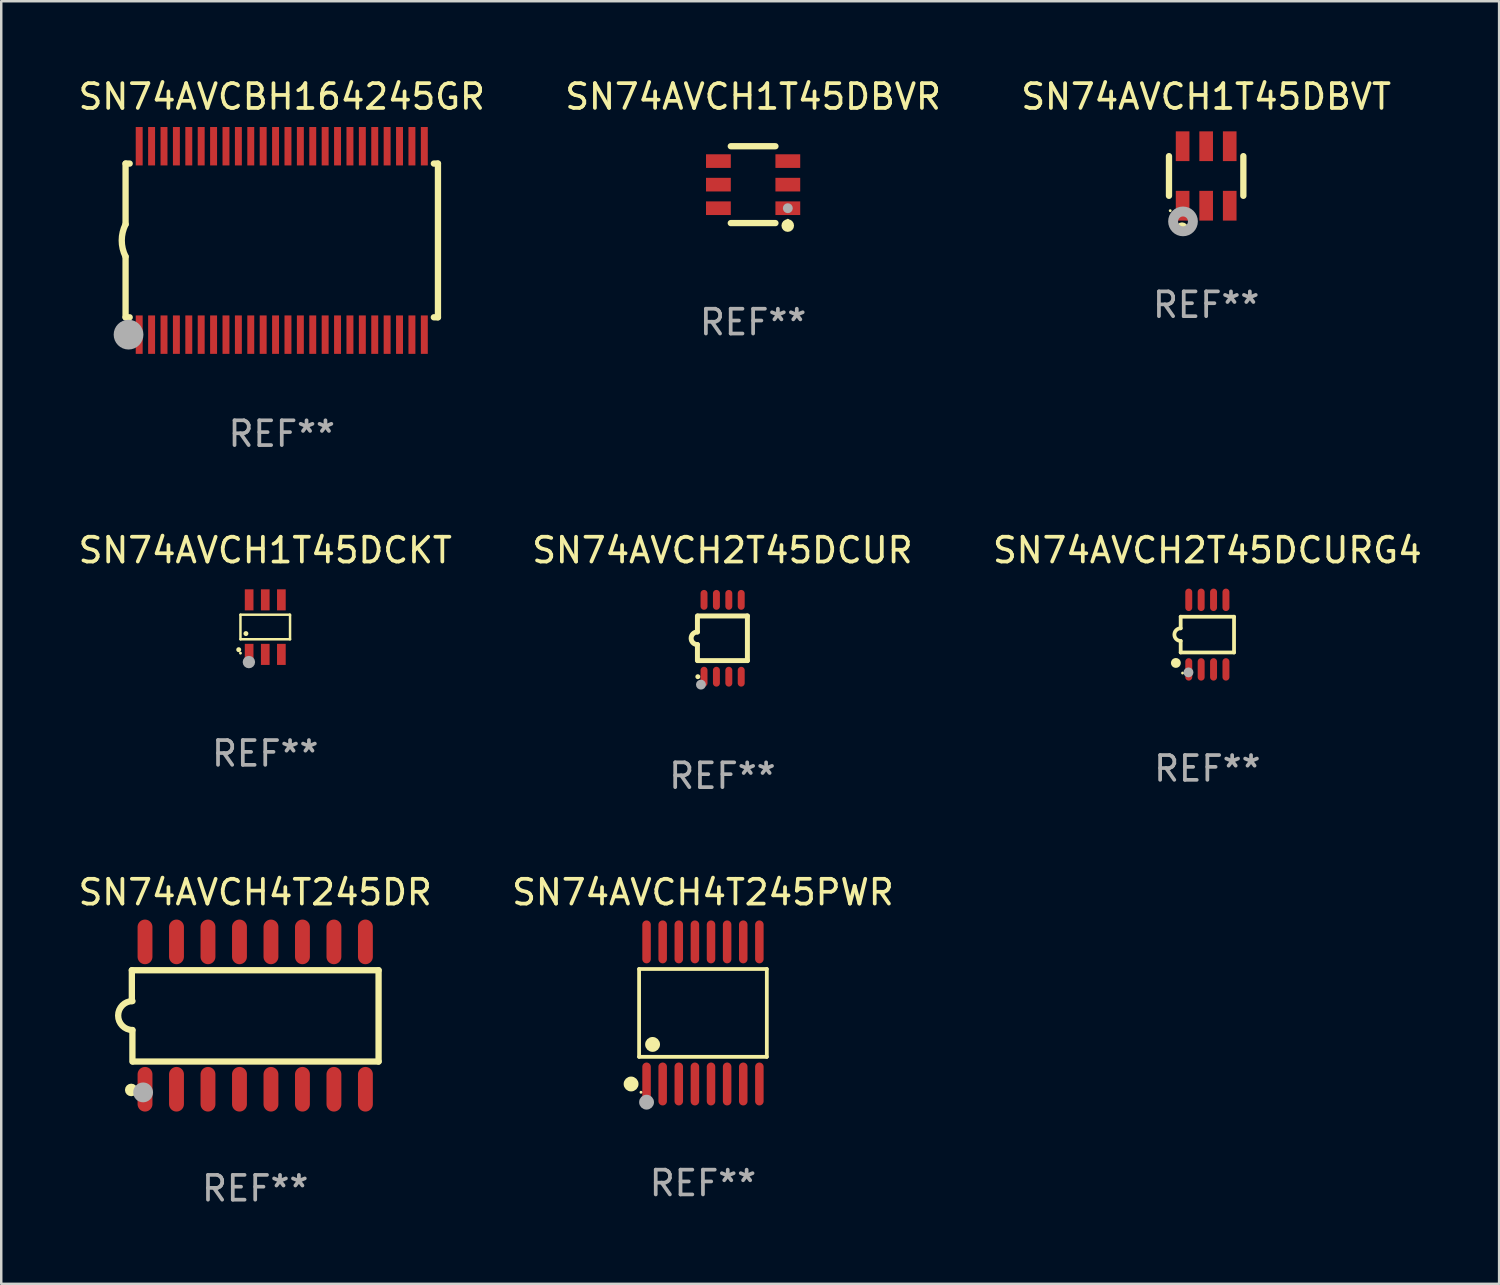
<source format=kicad_pcb>
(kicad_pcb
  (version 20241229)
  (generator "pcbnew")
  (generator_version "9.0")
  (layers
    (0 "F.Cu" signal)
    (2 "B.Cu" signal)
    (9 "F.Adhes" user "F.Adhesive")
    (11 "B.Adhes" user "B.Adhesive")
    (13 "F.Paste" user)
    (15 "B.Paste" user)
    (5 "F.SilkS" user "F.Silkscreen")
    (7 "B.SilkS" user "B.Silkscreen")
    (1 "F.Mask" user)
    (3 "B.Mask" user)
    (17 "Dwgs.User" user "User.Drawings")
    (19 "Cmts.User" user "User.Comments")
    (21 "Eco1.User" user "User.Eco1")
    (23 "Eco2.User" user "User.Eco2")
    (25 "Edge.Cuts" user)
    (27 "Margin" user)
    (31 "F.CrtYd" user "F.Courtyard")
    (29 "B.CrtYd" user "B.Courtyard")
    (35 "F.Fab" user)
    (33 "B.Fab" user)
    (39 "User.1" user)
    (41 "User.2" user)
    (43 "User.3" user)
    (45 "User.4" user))
  (footprint "SN74AVCH1T45DCKT"
    (layer "F.Cu")
    (at 7.649 22.245)
    (property "Reference" "SN74AVCH1T45DCKT" (at 0 -3.1 0) (layer "F.SilkS") (effects (font (size 1 1) (thickness 0.15))))
    (attr through_hole)
    (fp_line (start -1 -0.5) (end -1 0.49) (stroke (width 0.1) (type solid)) (layer "F.SilkS"))
    (fp_line (start -1 0.49) (end 1 0.49) (stroke (width 0.1) (type solid)) (layer "F.SilkS"))
    (fp_line (start 0.99 -0.5) (end -1 -0.5) (stroke (width 0.1) (type solid)) (layer "F.SilkS"))
    (fp_line (start 1 -0.49) (end 0.99 -0.5) (stroke (width 0.1) (type solid)) (layer "F.SilkS"))
    (fp_line (start 1 0.49) (end 1 -0.49) (stroke (width 0.1) (type solid)) (layer "F.SilkS"))
    (fp_circle (center -1.07 0.91) (end -1.02 0.91) (stroke (width 0.1) (type solid)) (fill no) (layer "F.SilkS"))
    (fp_circle (center -1 1.05) (end -0.97 1.05) (stroke (width 0.06) (type solid)) (fill no) (layer "F.SilkS"))
    (fp_circle (center -0.78 0.26) (end -0.73 0.26) (stroke (width 0.1) (type solid)) (fill no) (layer "F.SilkS"))
    (fp_circle (center -0.66 1.41) (end -0.535 1.41) (stroke (width 0.25) (type solid)) (fill no) (layer "F.Fab"))
    (fp_text user "REF**" (at 0 5.1 0) (layer "F.Fab") (effects (font (size 1 1) (thickness 0.15))))
    (pad "1" smd rect (at -0.65 1.1) (size 0.35 0.85) (layers "F.Cu" "F.Mask" "F.Paste"))
    (pad "2" smd rect (at 0 1.1) (size 0.35 0.85) (layers "F.Cu" "F.Mask" "F.Paste"))
    (pad "3" smd rect (at 0.65 1.1) (size 0.35 0.85) (layers "F.Cu" "F.Mask" "F.Paste"))
    (pad "4" smd rect (at 0.65 -1.1) (size 0.35 0.85) (layers "F.Cu" "F.Mask" "F.Paste"))
    (pad "5" smd rect (at 0 -1.1) (size 0.35 0.85) (layers "F.Cu" "F.Mask" "F.Paste"))
    (pad "6" smd rect (at -0.65 -1.1) (size 0.35 0.85) (layers "F.Cu" "F.Mask" "F.Paste")))
  (footprint "SN74AVCH4T245PWR"
    (layer "F.Cu")
    (at 25.304 37.807)
    (property "Reference" "SN74AVCH4T245PWR" (at 0 -4.866 0) (layer "F.SilkS") (effects (font (size 1 1) (thickness 0.15))))
    (attr through_hole)
    (fp_line (start -2.576 -1.772) (end 2.576 -1.772) (stroke (width 0.152) (type solid)) (layer "F.SilkS"))
    (fp_line (start -2.576 1.771) (end -2.576 -1.772) (stroke (width 0.152) (type solid)) (layer "F.SilkS"))
    (fp_line (start 2.576 -1.772) (end 2.576 1.771) (stroke (width 0.152) (type solid)) (layer "F.SilkS"))
    (fp_line (start 2.576 1.771) (end -2.576 1.771) (stroke (width 0.152) (type solid)) (layer "F.SilkS"))
    (fp_circle (center -2.899 2.866) (end -2.749 2.866) (stroke (width 0.3) (type solid)) (fill no) (layer "F.SilkS"))
    (fp_circle (center -2.5 3.2) (end -2.47 3.2) (stroke (width 0.06) (type solid)) (fill no) (layer "F.SilkS"))
    (fp_circle (center -2.032 1.27) (end -1.882 1.27) (stroke (width 0.3) (type solid)) (fill no) (layer "F.SilkS"))
    (fp_circle (center -2.275 3.6) (end -2.125 3.6) (stroke (width 0.3) (type solid)) (fill no) (layer "F.Fab"))
    (fp_text user "REF**" (at 0 6.866 0) (layer "F.Fab") (effects (font (size 1 1) (thickness 0.15))))
    (pad "1" smd oval (at -2.275 2.866) (size 0.343 1.731) (layers "F.Cu" "F.Mask" "F.Paste"))
    (pad "2" smd oval (at -1.625 2.866) (size 0.343 1.731) (layers "F.Cu" "F.Mask" "F.Paste"))
    (pad "3" smd oval (at -0.975 2.866) (size 0.343 1.731) (layers "F.Cu" "F.Mask" "F.Paste"))
    (pad "4" smd oval (at -0.325 2.866) (size 0.343 1.731) (layers "F.Cu" "F.Mask" "F.Paste"))
    (pad "5" smd oval (at 0.325 2.866) (size 0.343 1.731) (layers "F.Cu" "F.Mask" "F.Paste"))
    (pad "6" smd oval (at 0.975 2.866) (size 0.343 1.731) (layers "F.Cu" "F.Mask" "F.Paste"))
    (pad "7" smd oval (at 1.625 2.866) (size 0.343 1.731) (layers "F.Cu" "F.Mask" "F.Paste"))
    (pad "8" smd oval (at 2.275 2.866) (size 0.343 1.731) (layers "F.Cu" "F.Mask" "F.Paste"))
    (pad "9" smd oval (at 2.275 -2.866) (size 0.343 1.731) (layers "F.Cu" "F.Mask" "F.Paste"))
    (pad "10" smd oval (at 1.625 -2.866) (size 0.343 1.731) (layers "F.Cu" "F.Mask" "F.Paste"))
    (pad "11" smd oval (at 0.975 -2.866) (size 0.343 1.731) (layers "F.Cu" "F.Mask" "F.Paste"))
    (pad "12" smd oval (at 0.325 -2.866) (size 0.343 1.731) (layers "F.Cu" "F.Mask" "F.Paste"))
    (pad "13" smd oval (at -0.325 -2.866) (size 0.343 1.731) (layers "F.Cu" "F.Mask" "F.Paste"))
    (pad "14" smd oval (at -0.975 -2.866) (size 0.343 1.731) (layers "F.Cu" "F.Mask" "F.Paste"))
    (pad "15" smd oval (at -1.625 -2.866) (size 0.343 1.731) (layers "F.Cu" "F.Mask" "F.Paste"))
    (pad "16" smd oval (at -2.275 -2.866) (size 0.343 1.731) (layers "F.Cu" "F.Mask" "F.Paste")))
  (footprint "SN74AVCH1T45DBVR"
    (layer "F.Cu")
    (at 27.327 4.398)
    (property "Reference" "SN74AVCH1T45DBVR" (at 0 -3.55 0) (layer "F.SilkS") (effects (font (size 1 1) (thickness 0.15))))
    (attr through_hole)
    (fp_line (start -0.9 -1.55) (end 0.9 -1.55) (stroke (width 0.254) (type solid)) (layer "F.SilkS"))
    (fp_line (start -0.9 1.55) (end 0.9 1.55) (stroke (width 0.254) (type solid)) (layer "F.SilkS"))
    (fp_circle (center 1.397 1.651) (end 1.524 1.651) (stroke (width 0.254) (type solid)) (fill no) (layer "F.SilkS"))
    (fp_circle (center 1.4 1.435) (end 1.43 1.435) (stroke (width 0.06) (type solid)) (fill no) (layer "F.SilkS"))
    (fp_circle (center 1.4 0.95) (end 1.5 0.95) (stroke (width 0.2) (type solid)) (fill no) (layer "F.Fab"))
    (fp_text user "REF**" (at 0 5.55 0) (layer "F.Fab") (effects (font (size 1 1) (thickness 0.15))))
    (pad "1" smd rect (at 1.4 0.95) (size 1 0.55) (layers "F.Cu" "F.Mask" "F.Paste"))
    (pad "2" smd rect (at 1.4 -0.000102) (size 1 0.55) (layers "F.Cu" "F.Mask" "F.Paste"))
    (pad "3" smd rect (at 1.4 -0.95) (size 1 0.55) (layers "F.Cu" "F.Mask" "F.Paste"))
    (pad "4" smd rect (at -1.4 -0.95) (size 1 0.55) (layers "F.Cu" "F.Mask" "F.Paste"))
    (pad "5" smd rect (at -1.4 -0.000102) (size 1 0.55) (layers "F.Cu" "F.Mask" "F.Paste"))
    (pad "6" smd rect (at -1.4 0.95) (size 1 0.55) (layers "F.Cu" "F.Mask" "F.Paste")))
  (footprint "SN74AVCH2T45DCURG4"
    (layer "F.Cu")
    (at 45.649 22.547)
    (property "Reference" "SN74AVCH2T45DCURG4" (at 0 -3.403 0) (layer "F.SilkS") (effects (font (size 1 1) (thickness 0.15))))
    (attr through_hole)
    (fp_line (start -1.076 -0.721) (end 1.076 -0.721) (stroke (width 0.152) (type solid)) (layer "F.SilkS"))
    (fp_line (start -1.076 -0.254) (end -1.076 -0.721) (stroke (width 0.152) (type solid)) (layer "F.SilkS"))
    (fp_line (start -1.076 0.254) (end -1.076 0.721) (stroke (width 0.152) (type solid)) (layer "F.SilkS"))
    (fp_line (start 1.076 -0.721) (end 1.076 0.721) (stroke (width 0.152) (type solid)) (layer "F.SilkS"))
    (fp_line (start 1.076 0.721) (end -1.076 0.721) (stroke (width 0.152) (type solid)) (layer "F.SilkS"))
    (fp_arc (start -1.076226 0.254051) (mid -1.330226 0.000051) (end -1.076226 -0.253949) (stroke (width 0.151994) (type solid)) (layer "F.SilkS"))
    (fp_circle (center -1.27 1.143) (end -1.17 1.143) (stroke (width 0.2) (type solid)) (fill no) (layer "F.SilkS"))
    (fp_circle (center -1 1.55) (end -0.97 1.55) (stroke (width 0.06) (type solid)) (fill no) (layer "F.SilkS"))
    (fp_circle (center -0.762 1.524) (end -0.662 1.524) (stroke (width 0.2) (type solid)) (fill no) (layer "F.Fab"))
    (fp_text user "REF**" (at 0 5.403 0) (layer "F.Fab") (effects (font (size 1 1) (thickness 0.15))))
    (pad "1" smd oval (at -0.75 1.403) (size 0.28 0.905) (layers "F.Cu" "F.Mask" "F.Paste"))
    (pad "2" smd oval (at -0.25 1.403) (size 0.28 0.905) (layers "F.Cu" "F.Mask" "F.Paste"))
    (pad "3" smd oval (at 0.25 1.403) (size 0.28 0.905) (layers "F.Cu" "F.Mask" "F.Paste"))
    (pad "4" smd oval (at 0.75 1.403) (size 0.28 0.905) (layers "F.Cu" "F.Mask" "F.Paste"))
    (pad "5" smd oval (at 0.75 -1.403) (size 0.28 0.905) (layers "F.Cu" "F.Mask" "F.Paste"))
    (pad "6" smd oval (at 0.25 -1.403) (size 0.28 0.905) (layers "F.Cu" "F.Mask" "F.Paste"))
    (pad "7" smd oval (at -0.25 -1.403) (size 0.28 0.905) (layers "F.Cu" "F.Mask" "F.Paste"))
    (pad "8" smd oval (at -0.75 -1.403) (size 0.28 0.905) (layers "F.Cu" "F.Mask" "F.Paste")))
  (footprint "SN74AVCH4T245DR"
    (layer "F.Cu")
    (at 7.244 37.913)
    (property "Reference" "SN74AVCH4T245DR" (at 0 -4.972 0) (layer "F.SilkS") (effects (font (size 1 1) (thickness 0.15))))
    (attr through_hole)
    (fp_line (start -4.976 -1.829) (end -4.976 -0.584) (stroke (width 0.254) (type solid)) (layer "F.SilkS"))
    (fp_line (start -4.953 0.584) (end -4.953 1.854) (stroke (width 0.254) (type solid)) (layer "F.SilkS"))
    (fp_line (start -4.928 1.854) (end 4.976 1.854) (stroke (width 0.254) (type solid)) (layer "F.SilkS"))
    (fp_line (start 4.976 -1.829) (end -4.976 -1.829) (stroke (width 0.254) (type solid)) (layer "F.SilkS"))
    (fp_line (start 4.976 1.854) (end 4.976 -1.829) (stroke (width 0.254) (type solid)) (layer "F.SilkS"))
    (fp_arc (start -4.95301 0.584201) (mid -5.533866 -0.00152) (end -4.950088 -0.584329) (stroke (width 0.254001) (type solid)) (layer "F.SilkS"))
    (fp_circle (center -5 3) (end -4.873 3) (stroke (width 0.254) (type solid)) (fill no) (layer "F.SilkS"))
    (fp_circle (center -4.521 3.099) (end -4.321 3.099) (stroke (width 0.4) (type solid)) (fill no) (layer "F.Fab"))
    (fp_text user "REF**" (at 0 6.972 0) (layer "F.Fab") (effects (font (size 1 1) (thickness 0.15))))
    (pad "1" smd oval (at -4.445 2.972 180) (size 0.6 1.8) (layers "F.Cu" "F.Mask" "F.Paste"))
    (pad "2" smd oval (at -3.175 2.972 180) (size 0.6 1.8) (layers "F.Cu" "F.Mask" "F.Paste"))
    (pad "3" smd oval (at -1.905 2.972 180) (size 0.6 1.8) (layers "F.Cu" "F.Mask" "F.Paste"))
    (pad "4" smd oval (at -0.635 2.972 180) (size 0.6 1.8) (layers "F.Cu" "F.Mask" "F.Paste"))
    (pad "5" smd oval (at 0.635 2.972 180) (size 0.6 1.8) (layers "F.Cu" "F.Mask" "F.Paste"))
    (pad "6" smd oval (at 1.905 2.972 180) (size 0.6 1.8) (layers "F.Cu" "F.Mask" "F.Paste"))
    (pad "7" smd oval (at 3.175 2.972 180) (size 0.6 1.8) (layers "F.Cu" "F.Mask" "F.Paste"))
    (pad "8" smd oval (at 4.445 2.972 180) (size 0.6 1.8) (layers "F.Cu" "F.Mask" "F.Paste"))
    (pad "9" smd oval (at 4.445 -2.972 180) (size 0.6 1.8) (layers "F.Cu" "F.Mask" "F.Paste"))
    (pad "10" smd oval (at 3.175 -2.972 180) (size 0.6 1.8) (layers "F.Cu" "F.Mask" "F.Paste"))
    (pad "11" smd oval (at 1.905 -2.972 180) (size 0.6 1.8) (layers "F.Cu" "F.Mask" "F.Paste"))
    (pad "12" smd oval (at 0.635 -2.972 180) (size 0.6 1.8) (layers "F.Cu" "F.Mask" "F.Paste"))
    (pad "13" smd oval (at -0.635 -2.972 180) (size 0.6 1.8) (layers "F.Cu" "F.Mask" "F.Paste"))
    (pad "14" smd oval (at -1.905 -2.972 180) (size 0.6 1.8) (layers "F.Cu" "F.Mask" "F.Paste"))
    (pad "15" smd oval (at -3.175 -2.972 180) (size 0.6 1.8) (layers "F.Cu" "F.Mask" "F.Paste"))
    (pad "16" smd oval (at -4.445 -2.972 180) (size 0.6 1.8) (layers "F.Cu" "F.Mask" "F.Paste")))
  (footprint "SN74AVCH1T45DBVT"
    (layer "F.Cu")
    (at 45.601 4.048)
    (property "Reference" "SN74AVCH1T45DBVT" (at 0 -3.2 0) (layer "F.SilkS") (effects (font (size 1 1) (thickness 0.15))))
    (attr through_hole)
    (fp_line (start -1.5 0.8) (end -1.5 -0.8) (stroke (width 0.254) (type solid)) (layer "F.SilkS"))
    (fp_line (start 1.5 -0.8) (end 1.5 0.8) (stroke (width 0.254) (type solid)) (layer "F.SilkS"))
    (fp_circle (center -1.45 1.4) (end -1.42 1.4) (stroke (width 0.06) (type solid)) (fill no) (layer "F.SilkS"))
    (fp_circle (center -0.975 2.125) (end -0.848 2.125) (stroke (width 0.254) (type solid)) (fill no) (layer "F.SilkS"))
    (fp_circle (center -0.934 1.832) (end -0.735 1.832) (stroke (width 0.4) (type solid)) (fill no) (layer "F.Fab"))
    (fp_text user "REF**" (at 0 5.2 0) (layer "F.Fab") (effects (font (size 1 1) (thickness 0.15))))
    (pad "1" smd rect (at -0.95 1.2) (size 0.55 1.2) (layers "F.Cu" "F.Mask" "F.Paste"))
    (pad "2" smd rect (at 0 1.2) (size 0.55 1.2) (layers "F.Cu" "F.Mask" "F.Paste"))
    (pad "3" smd rect (at 0.95 1.2) (size 0.55 1.2) (layers "F.Cu" "F.Mask" "F.Paste"))
    (pad "4" smd rect (at 0.95 -1.2) (size 0.55 1.2) (layers "F.Cu" "F.Mask" "F.Paste"))
    (pad "5" smd rect (at 0 -1.2) (size 0.55 1.2) (layers "F.Cu" "F.Mask" "F.Paste"))
    (pad "6" smd rect (at -0.95 -1.2) (size 0.55 1.2) (layers "F.Cu" "F.Mask" "F.Paste")))
  (footprint "SN74AVCH2T45DCUR"
    (layer "F.Cu")
    (at 26.089 22.695)
    (property "Reference" "SN74AVCH2T45DCUR" (at 0 -3.55 0) (layer "F.SilkS") (effects (font (size 1 1) (thickness 0.15))))
    (attr through_hole)
    (fp_line (start -1.008 -0.254) (end -1.008 -0.9) (stroke (width 0.2) (type solid)) (layer "F.SilkS"))
    (fp_line (start -1.008 0.254) (end -1.008 0.9) (stroke (width 0.2) (type solid)) (layer "F.SilkS"))
    (fp_line (start -0.992 0.9) (end 1.008 0.9) (stroke (width 0.2) (type solid)) (layer "F.SilkS"))
    (fp_line (start 1.008 -0.9) (end -0.992 -0.9) (stroke (width 0.2) (type solid)) (layer "F.SilkS"))
    (fp_line (start 1.008 0.9) (end 1.008 -0.9) (stroke (width 0.2) (type solid)) (layer "F.SilkS"))
    (fp_arc (start -1.008001 0.254001) (mid -1.262002 0) (end -1.008001 -0.254001) (stroke (width 0.2) (type solid)) (layer "F.SilkS"))
    (fp_circle (center -0.992 1.55) (end -0.942 1.55) (stroke (width 0.1) (type solid)) (fill no) (layer "F.SilkS"))
    (fp_circle (center -0.866 1.87) (end -0.766 1.87) (stroke (width 0.2) (type solid)) (fill no) (layer "F.Fab"))
    (fp_text user "REF**" (at 0 5.55 0) (layer "F.Fab") (effects (font (size 1 1) (thickness 0.15))))
    (pad "1" smd oval (at -0.742 1.55 270) (size 0.8 0.28) (layers "F.Cu" "F.Mask" "F.Paste"))
    (pad "2" smd oval (at -0.242 1.55 270) (size 0.8 0.28) (layers "F.Cu" "F.Mask" "F.Paste"))
    (pad "3" smd oval (at 0.258 1.55 270) (size 0.8 0.28) (layers "F.Cu" "F.Mask" "F.Paste"))
    (pad "4" smd oval (at 0.758 1.55 270) (size 0.8 0.28) (layers "F.Cu" "F.Mask" "F.Paste"))
    (pad "5" smd oval (at 0.758 -1.55 270) (size 0.8 0.28) (layers "F.Cu" "F.Mask" "F.Paste"))
    (pad "6" smd oval (at 0.258 -1.55 270) (size 0.8 0.28) (layers "F.Cu" "F.Mask" "F.Paste"))
    (pad "7" smd oval (at -0.242 -1.55 270) (size 0.8 0.28) (layers "F.Cu" "F.Mask" "F.Paste"))
    (pad "8" smd oval (at -0.742 -1.55 270) (size 0.8 0.28) (layers "F.Cu" "F.Mask" "F.Paste")))
  (footprint "SN74AVCBH164245GR"
    (layer "F.Cu")
    (at 8.315 6.648)
    (property "Reference" "SN74AVCBH164245GR" (at 0 -5.8 0) (layer "F.SilkS") (effects (font (size 1 1) (thickness 0.15))))
    (attr through_hole)
    (fp_line (start -6.3 -3.1) (end -6.3 -0.65) (stroke (width 0.254) (type solid)) (layer "F.SilkS"))
    (fp_line (start -6.3 -3.1) (end -6.134 -3.1) (stroke (width 0.254) (type solid)) (layer "F.SilkS"))
    (fp_line (start -6.3 3.1) (end -6.3 0.65) (stroke (width 0.254) (type solid)) (layer "F.SilkS"))
    (fp_line (start -6.3 3.1) (end -6.134 3.1) (stroke (width 0.254) (type solid)) (layer "F.SilkS"))
    (fp_line (start 6.134 -3.1) (end 6.3 -3.1) (stroke (width 0.254) (type solid)) (layer "F.SilkS"))
    (fp_line (start 6.134 3.1) (end 6.3 3.1) (stroke (width 0.254) (type solid)) (layer "F.SilkS"))
    (fp_line (start 6.3 -3.1) (end 6.3 3.1) (stroke (width 0.254) (type solid)) (layer "F.SilkS"))
    (fp_arc (start -6.301016 0.650114) (mid -6.45413 -0.000082) (end -6.3 -0.650038) (stroke (width 0.254001) (type solid)) (layer "F.SilkS"))
    (fp_circle (center -6.35 3.81) (end -6.223 3.81) (stroke (width 0.254) (type solid)) (fill no) (layer "F.SilkS"))
    (fp_circle (center -6.25 4.05) (end -6.22 4.05) (stroke (width 0.06) (type solid)) (fill no) (layer "F.SilkS"))
    (fp_circle (center -6.18 3.8) (end -5.88 3.8) (stroke (width 0.6) (type solid)) (fill no) (layer "F.Fab"))
    (fp_text user "REF**" (at 0 7.8 0) (layer "F.Fab") (effects (font (size 1 1) (thickness 0.15))))
    (pad "1" smd rect (at -5.75 3.8) (size 0.28 1.55) (layers "F.Cu" "F.Mask" "F.Paste"))
    (pad "2" smd rect (at -5.25 3.8) (size 0.28 1.55) (layers "F.Cu" "F.Mask" "F.Paste"))
    (pad "3" smd rect (at -4.75 3.8) (size 0.28 1.55) (layers "F.Cu" "F.Mask" "F.Paste"))
    (pad "4" smd rect (at -4.25 3.8) (size 0.28 1.55) (layers "F.Cu" "F.Mask" "F.Paste"))
    (pad "5" smd rect (at -3.75 3.8) (size 0.28 1.55) (layers "F.Cu" "F.Mask" "F.Paste"))
    (pad "6" smd rect (at -3.25 3.8) (size 0.28 1.55) (layers "F.Cu" "F.Mask" "F.Paste"))
    (pad "7" smd rect (at -2.75 3.8) (size 0.28 1.55) (layers "F.Cu" "F.Mask" "F.Paste"))
    (pad "8" smd rect (at -2.25 3.8) (size 0.28 1.55) (layers "F.Cu" "F.Mask" "F.Paste"))
    (pad "9" smd rect (at -1.75 3.8) (size 0.28 1.55) (layers "F.Cu" "F.Mask" "F.Paste"))
    (pad "10" smd rect (at -1.25 3.8) (size 0.28 1.55) (layers "F.Cu" "F.Mask" "F.Paste"))
    (pad "11" smd rect (at -0.75 3.8) (size 0.28 1.55) (layers "F.Cu" "F.Mask" "F.Paste"))
    (pad "12" smd rect (at -0.25 3.8) (size 0.28 1.55) (layers "F.Cu" "F.Mask" "F.Paste"))
    (pad "13" smd rect (at 0.25 3.8) (size 0.28 1.55) (layers "F.Cu" "F.Mask" "F.Paste"))
    (pad "14" smd rect (at 0.75 3.8) (size 0.28 1.55) (layers "F.Cu" "F.Mask" "F.Paste"))
    (pad "15" smd rect (at 1.25 3.8) (size 0.28 1.55) (layers "F.Cu" "F.Mask" "F.Paste"))
    (pad "16" smd rect (at 1.75 3.8) (size 0.28 1.55) (layers "F.Cu" "F.Mask" "F.Paste"))
    (pad "17" smd rect (at 2.25 3.8) (size 0.28 1.55) (layers "F.Cu" "F.Mask" "F.Paste"))
    (pad "18" smd rect (at 2.75 3.8) (size 0.28 1.55) (layers "F.Cu" "F.Mask" "F.Paste"))
    (pad "19" smd rect (at 3.25 3.8) (size 0.28 1.55) (layers "F.Cu" "F.Mask" "F.Paste"))
    (pad "20" smd rect (at 3.75 3.8) (size 0.28 1.55) (layers "F.Cu" "F.Mask" "F.Paste"))
    (pad "21" smd rect (at 4.25 3.8) (size 0.28 1.55) (layers "F.Cu" "F.Mask" "F.Paste"))
    (pad "22" smd rect (at 4.75 3.8) (size 0.28 1.55) (layers "F.Cu" "F.Mask" "F.Paste"))
    (pad "23" smd rect (at 5.25 3.8) (size 0.28 1.55) (layers "F.Cu" "F.Mask" "F.Paste"))
    (pad "24" smd rect (at 5.75 3.8) (size 0.28 1.55) (layers "F.Cu" "F.Mask" "F.Paste"))
    (pad "25" smd rect (at 5.75 -3.8) (size 0.28 1.55) (layers "F.Cu" "F.Mask" "F.Paste"))
    (pad "26" smd rect (at 5.25 -3.8) (size 0.28 1.55) (layers "F.Cu" "F.Mask" "F.Paste"))
    (pad "27" smd rect (at 4.75 -3.8) (size 0.28 1.55) (layers "F.Cu" "F.Mask" "F.Paste"))
    (pad "28" smd rect (at 4.25 -3.8) (size 0.28 1.55) (layers "F.Cu" "F.Mask" "F.Paste"))
    (pad "29" smd rect (at 3.75 -3.8) (size 0.28 1.55) (layers "F.Cu" "F.Mask" "F.Paste"))
    (pad "30" smd rect (at 3.25 -3.8) (size 0.28 1.55) (layers "F.Cu" "F.Mask" "F.Paste"))
    (pad "31" smd rect (at 2.75 -3.8) (size 0.28 1.55) (layers "F.Cu" "F.Mask" "F.Paste"))
    (pad "32" smd rect (at 2.25 -3.8) (size 0.28 1.55) (layers "F.Cu" "F.Mask" "F.Paste"))
    (pad "33" smd rect (at 1.75 -3.8) (size 0.28 1.55) (layers "F.Cu" "F.Mask" "F.Paste"))
    (pad "34" smd rect (at 1.25 -3.8) (size 0.28 1.55) (layers "F.Cu" "F.Mask" "F.Paste"))
    (pad "35" smd rect (at 0.75 -3.8) (size 0.28 1.55) (layers "F.Cu" "F.Mask" "F.Paste"))
    (pad "36" smd rect (at 0.25 -3.8) (size 0.28 1.55) (layers "F.Cu" "F.Mask" "F.Paste"))
    (pad "37" smd rect (at -0.25 -3.8) (size 0.28 1.55) (layers "F.Cu" "F.Mask" "F.Paste"))
    (pad "38" smd rect (at -0.75 -3.8) (size 0.28 1.55) (layers "F.Cu" "F.Mask" "F.Paste"))
    (pad "39" smd rect (at -1.25 -3.8) (size 0.28 1.55) (layers "F.Cu" "F.Mask" "F.Paste"))
    (pad "40" smd rect (at -1.75 -3.8) (size 0.28 1.55) (layers "F.Cu" "F.Mask" "F.Paste"))
    (pad "41" smd rect (at -2.25 -3.8) (size 0.28 1.55) (layers "F.Cu" "F.Mask" "F.Paste"))
    (pad "42" smd rect (at -2.75 -3.8) (size 0.28 1.55) (layers "F.Cu" "F.Mask" "F.Paste"))
    (pad "43" smd rect (at -3.25 -3.8) (size 0.28 1.55) (layers "F.Cu" "F.Mask" "F.Paste"))
    (pad "44" smd rect (at -3.75 -3.8) (size 0.28 1.55) (layers "F.Cu" "F.Mask" "F.Paste"))
    (pad "45" smd rect (at -4.25 -3.8) (size 0.28 1.55) (layers "F.Cu" "F.Mask" "F.Paste"))
    (pad "46" smd rect (at -4.75 -3.8) (size 0.28 1.55) (layers "F.Cu" "F.Mask" "F.Paste"))
    (pad "47" smd rect (at -5.25 -3.8) (size 0.28 1.55) (layers "F.Cu" "F.Mask" "F.Paste"))
    (pad "48" smd rect (at -5.75 -3.8) (size 0.28 1.55) (layers "F.Cu" "F.Mask" "F.Paste")))
  (gr_rect
    (start -3 -3)
    (end 57.417 48.733)
    (stroke (width 0.1) (type default))
    (fill no)
    (layer "Edge.Cuts")))
</source>
